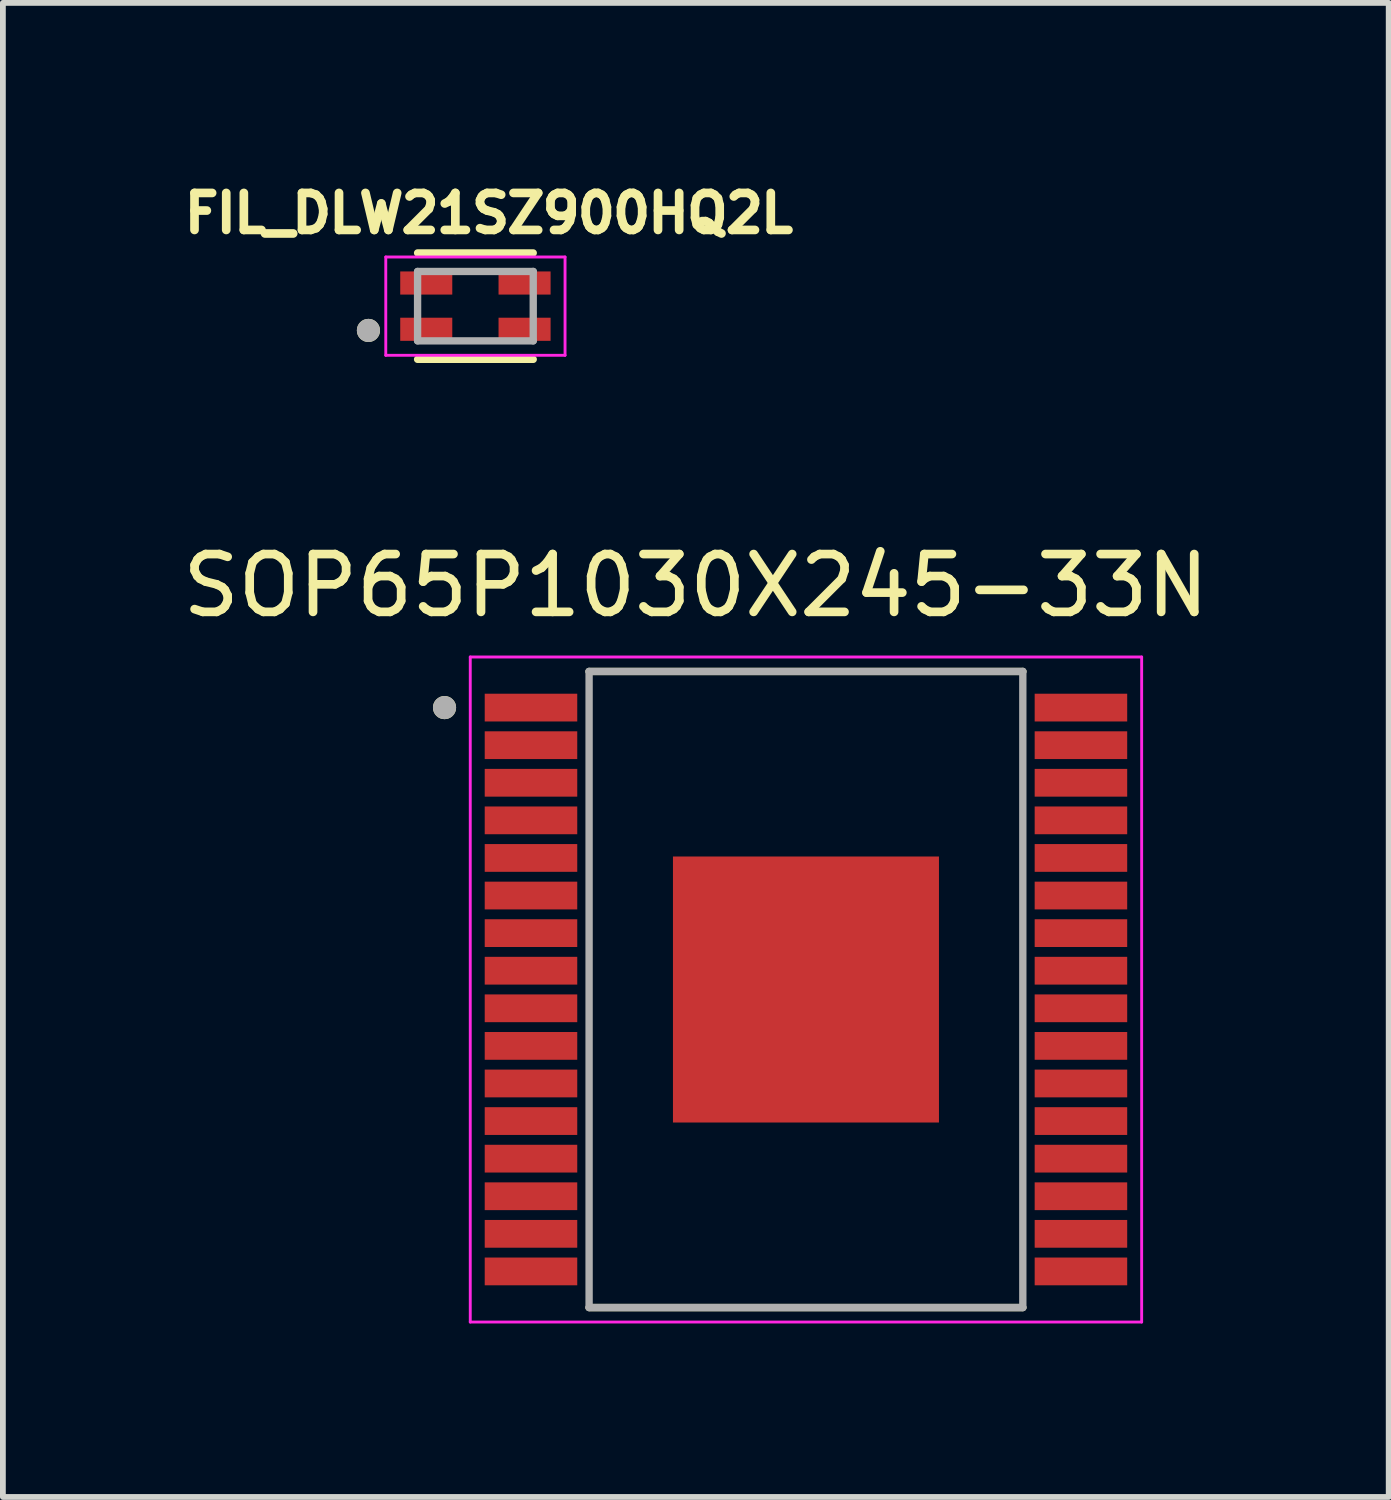
<source format=kicad_pcb>
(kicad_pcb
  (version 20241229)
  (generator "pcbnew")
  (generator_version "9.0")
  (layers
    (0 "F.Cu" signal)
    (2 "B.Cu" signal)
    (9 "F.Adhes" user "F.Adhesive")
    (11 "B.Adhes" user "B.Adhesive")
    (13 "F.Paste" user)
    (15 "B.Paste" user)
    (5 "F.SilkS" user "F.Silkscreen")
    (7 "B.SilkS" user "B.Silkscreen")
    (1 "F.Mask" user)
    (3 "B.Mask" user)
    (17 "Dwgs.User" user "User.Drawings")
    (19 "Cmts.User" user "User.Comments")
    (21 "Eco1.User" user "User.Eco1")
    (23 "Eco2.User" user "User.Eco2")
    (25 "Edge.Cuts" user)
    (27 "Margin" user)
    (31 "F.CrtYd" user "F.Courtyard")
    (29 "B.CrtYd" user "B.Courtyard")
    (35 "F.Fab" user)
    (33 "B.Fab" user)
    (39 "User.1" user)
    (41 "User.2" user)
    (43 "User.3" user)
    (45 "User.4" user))
  (footprint "FIL_DLW21SZ900HQ2L"
    (layer "F.Cu")
    (at 5.171 2.244)
    (property "Reference" "FIL_DLW21SZ900HQ2L" (at 0.232 -1.606 0) (layer "F.SilkS") (effects (font (size 0.64 0.64) (thickness 0.15))))
    (attr smd)
    (fp_line (start -1 -0.92) (end 1 -0.92) (stroke (width 0.127) (type solid)) (layer "F.SilkS"))
    (fp_line (start 1 0.92) (end -1 0.92) (stroke (width 0.127) (type solid)) (layer "F.SilkS"))
    (fp_circle (center -1.85 0.42) (end -1.75 0.42) (stroke (width 0.2) (type solid)) (fill no) (layer "F.SilkS"))
    (fp_poly (pts (xy -1.3 -0.6) (xy -0.4 -0.6) (xy -0.4 -0.25) (xy -1.3 -0.25)) (stroke (width 0.01) (type solid)) (fill yes) (layer "F.Paste"))
    (fp_poly (pts (xy -1.3 0.25) (xy -0.4 0.25) (xy -0.4 0.6) (xy -1.3 0.6)) (stroke (width 0.01) (type solid)) (fill yes) (layer "F.Paste"))
    (fp_poly (pts (xy 0.4 -0.6) (xy 1.3 -0.6) (xy 1.3 -0.25) (xy 0.4 -0.25)) (stroke (width 0.01) (type solid)) (fill yes) (layer "F.Paste"))
    (fp_poly (pts (xy 0.4 0.25) (xy 1.3 0.25) (xy 1.3 0.6) (xy 0.4 0.6)) (stroke (width 0.01) (type solid)) (fill yes) (layer "F.Paste"))
    (fp_line (start -1.55 -0.85) (end 1.55 -0.85) (stroke (width 0.05) (type solid)) (layer "F.CrtYd"))
    (fp_line (start -1.55 0.85) (end -1.55 -0.85) (stroke (width 0.05) (type solid)) (layer "F.CrtYd"))
    (fp_line (start 1.55 -0.85) (end 1.55 0.85) (stroke (width 0.05) (type solid)) (layer "F.CrtYd"))
    (fp_line (start 1.55 0.85) (end -1.55 0.85) (stroke (width 0.05) (type solid)) (layer "F.CrtYd"))
    (fp_line (start -1 -0.6) (end 1 -0.6) (stroke (width 0.127) (type solid)) (layer "F.Fab"))
    (fp_line (start -1 0.6) (end -1 -0.6) (stroke (width 0.127) (type solid)) (layer "F.Fab"))
    (fp_line (start 1 -0.6) (end 1 0.6) (stroke (width 0.127) (type solid)) (layer "F.Fab"))
    (fp_line (start 1 0.6) (end -1 0.6) (stroke (width 0.127) (type solid)) (layer "F.Fab"))
    (fp_circle (center -1.85 0.42) (end -1.75 0.42) (stroke (width 0.2) (type solid)) (fill no) (layer "F.Fab"))
    (pad "1" smd rect (at -0.85 0.4) (size 0.9 0.4) (layers "F.Cu" "F.Mask"))
    (pad "2" smd rect (at 0.85 0.4) (size 0.9 0.4) (layers "F.Cu" "F.Mask"))
    (pad "3" smd rect (at 0.85 -0.4) (size 0.9 0.4) (layers "F.Cu" "F.Mask"))
    (pad "4" smd rect (at -0.85 -0.4) (size 0.9 0.4) (layers "F.Cu" "F.Mask")))
  (footprint "SOP65P1030X245-33N"
    (layer "F.Cu")
    (at 10.887 14.061)
    (property "Reference" "SOP65P1030X245-33N" (at -1.905 -6.985 0) (layer "F.SilkS") (effects (font (size 1 1) (thickness 0.15))))
    (attr smd)
    (fp_line (start -3.75 -5.5) (end 3.75 -5.5) (stroke (width 0.127) (type solid)) (layer "F.SilkS"))
    (fp_line (start 3.75 5.5) (end -3.75 5.5) (stroke (width 0.127) (type solid)) (layer "F.SilkS"))
    (fp_circle (center -6.25 -4.875) (end -6.15 -4.875) (stroke (width 0.2) (type solid)) (fill no) (layer "F.SilkS"))
    (fp_poly (pts (xy -1.885 -1.885) (xy -0.425 -1.885) (xy -0.425 -0.425) (xy -1.885 -0.425)) (stroke (width 0.01) (type solid)) (fill yes) (layer "F.Paste"))
    (fp_poly (pts (xy -1.885 0.425) (xy -0.425 0.425) (xy -0.425 1.885) (xy -1.885 1.885)) (stroke (width 0.01) (type solid)) (fill yes) (layer "F.Paste"))
    (fp_poly (pts (xy 0.425 -1.885) (xy 1.885 -1.885) (xy 1.885 -0.425) (xy 0.425 -0.425)) (stroke (width 0.01) (type solid)) (fill yes) (layer "F.Paste"))
    (fp_poly (pts (xy 0.425 0.425) (xy 1.885 0.425) (xy 1.885 1.885) (xy 0.425 1.885)) (stroke (width 0.01) (type solid)) (fill yes) (layer "F.Paste"))
    (fp_line (start -5.805 -5.75) (end 5.805 -5.75) (stroke (width 0.05) (type solid)) (layer "F.CrtYd"))
    (fp_line (start -5.805 5.75) (end -5.805 -5.75) (stroke (width 0.05) (type solid)) (layer "F.CrtYd"))
    (fp_line (start 5.805 -5.75) (end 5.805 5.75) (stroke (width 0.05) (type solid)) (layer "F.CrtYd"))
    (fp_line (start 5.805 5.75) (end -5.805 5.75) (stroke (width 0.05) (type solid)) (layer "F.CrtYd"))
    (fp_line (start -3.75 -5.5) (end 3.75 -5.5) (stroke (width 0.127) (type solid)) (layer "F.Fab"))
    (fp_line (start -3.75 5.5) (end -3.75 -5.5) (stroke (width 0.127) (type solid)) (layer "F.Fab"))
    (fp_line (start 3.75 -5.5) (end 3.75 5.5) (stroke (width 0.127) (type solid)) (layer "F.Fab"))
    (fp_line (start 3.75 5.5) (end -3.75 5.5) (stroke (width 0.127) (type solid)) (layer "F.Fab"))
    (fp_circle (center -6.25 -4.875) (end -6.15 -4.875) (stroke (width 0.2) (type solid)) (fill no) (layer "F.Fab"))
    (pad "1" smd rect (at -4.755 -4.875) (size 1.6 0.48) (layers "F.Cu" "F.Mask" "F.Paste"))
    (pad "2" smd rect (at -4.755 -4.225) (size 1.6 0.48) (layers "F.Cu" "F.Mask" "F.Paste"))
    (pad "3" smd rect (at -4.755 -3.575) (size 1.6 0.48) (layers "F.Cu" "F.Mask" "F.Paste"))
    (pad "4" smd rect (at -4.755 -2.925) (size 1.6 0.48) (layers "F.Cu" "F.Mask" "F.Paste"))
    (pad "5" smd rect (at -4.755 -2.275) (size 1.6 0.48) (layers "F.Cu" "F.Mask" "F.Paste"))
    (pad "6" smd rect (at -4.755 -1.625) (size 1.6 0.48) (layers "F.Cu" "F.Mask" "F.Paste"))
    (pad "7" smd rect (at -4.755 -0.975) (size 1.6 0.48) (layers "F.Cu" "F.Mask" "F.Paste"))
    (pad "8" smd rect (at -4.755 -0.325) (size 1.6 0.48) (layers "F.Cu" "F.Mask" "F.Paste"))
    (pad "9" smd rect (at -4.755 0.325) (size 1.6 0.48) (layers "F.Cu" "F.Mask" "F.Paste"))
    (pad "10" smd rect (at -4.755 0.975) (size 1.6 0.48) (layers "F.Cu" "F.Mask" "F.Paste"))
    (pad "11" smd rect (at -4.755 1.625) (size 1.6 0.48) (layers "F.Cu" "F.Mask" "F.Paste"))
    (pad "12" smd rect (at -4.755 2.275) (size 1.6 0.48) (layers "F.Cu" "F.Mask" "F.Paste"))
    (pad "13" smd rect (at -4.755 2.925) (size 1.6 0.48) (layers "F.Cu" "F.Mask" "F.Paste"))
    (pad "14" smd rect (at -4.755 3.575) (size 1.6 0.48) (layers "F.Cu" "F.Mask" "F.Paste"))
    (pad "15" smd rect (at -4.755 4.225) (size 1.6 0.48) (layers "F.Cu" "F.Mask" "F.Paste"))
    (pad "16" smd rect (at -4.755 4.875) (size 1.6 0.48) (layers "F.Cu" "F.Mask" "F.Paste"))
    (pad "17" smd rect (at 4.755 4.875) (size 1.6 0.48) (layers "F.Cu" "F.Mask" "F.Paste"))
    (pad "18" smd rect (at 4.755 4.225) (size 1.6 0.48) (layers "F.Cu" "F.Mask" "F.Paste"))
    (pad "19" smd rect (at 4.755 3.575) (size 1.6 0.48) (layers "F.Cu" "F.Mask" "F.Paste"))
    (pad "20" smd rect (at 4.755 2.925) (size 1.6 0.48) (layers "F.Cu" "F.Mask" "F.Paste"))
    (pad "21" smd rect (at 4.755 2.275) (size 1.6 0.48) (layers "F.Cu" "F.Mask" "F.Paste"))
    (pad "22" smd rect (at 4.755 1.625) (size 1.6 0.48) (layers "F.Cu" "F.Mask" "F.Paste"))
    (pad "23" smd rect (at 4.755 0.975) (size 1.6 0.48) (layers "F.Cu" "F.Mask" "F.Paste"))
    (pad "24" smd rect (at 4.755 0.325) (size 1.6 0.48) (layers "F.Cu" "F.Mask" "F.Paste"))
    (pad "25" smd rect (at 4.755 -0.325) (size 1.6 0.48) (layers "F.Cu" "F.Mask" "F.Paste"))
    (pad "26" smd rect (at 4.755 -0.975) (size 1.6 0.48) (layers "F.Cu" "F.Mask" "F.Paste"))
    (pad "27" smd rect (at 4.755 -1.625) (size 1.6 0.48) (layers "F.Cu" "F.Mask" "F.Paste"))
    (pad "28" smd rect (at 4.755 -2.275) (size 1.6 0.48) (layers "F.Cu" "F.Mask" "F.Paste"))
    (pad "29" smd rect (at 4.755 -2.925) (size 1.6 0.48) (layers "F.Cu" "F.Mask" "F.Paste"))
    (pad "30" smd rect (at 4.755 -3.575) (size 1.6 0.48) (layers "F.Cu" "F.Mask" "F.Paste"))
    (pad "31" smd rect (at 4.755 -4.225) (size 1.6 0.48) (layers "F.Cu" "F.Mask" "F.Paste"))
    (pad "32" smd rect (at 4.755 -4.875) (size 1.6 0.48) (layers "F.Cu" "F.Mask" "F.Paste"))
    (pad "33" smd rect (at 0 0) (size 4.6 4.6) (layers "F.Cu" "F.Mask")))
  (gr_rect
    (start -3 -3)
    (end 20.964 22.836)
    (stroke (width 0.1) (type default))
    (fill no)
    (layer "Edge.Cuts")))
</source>
